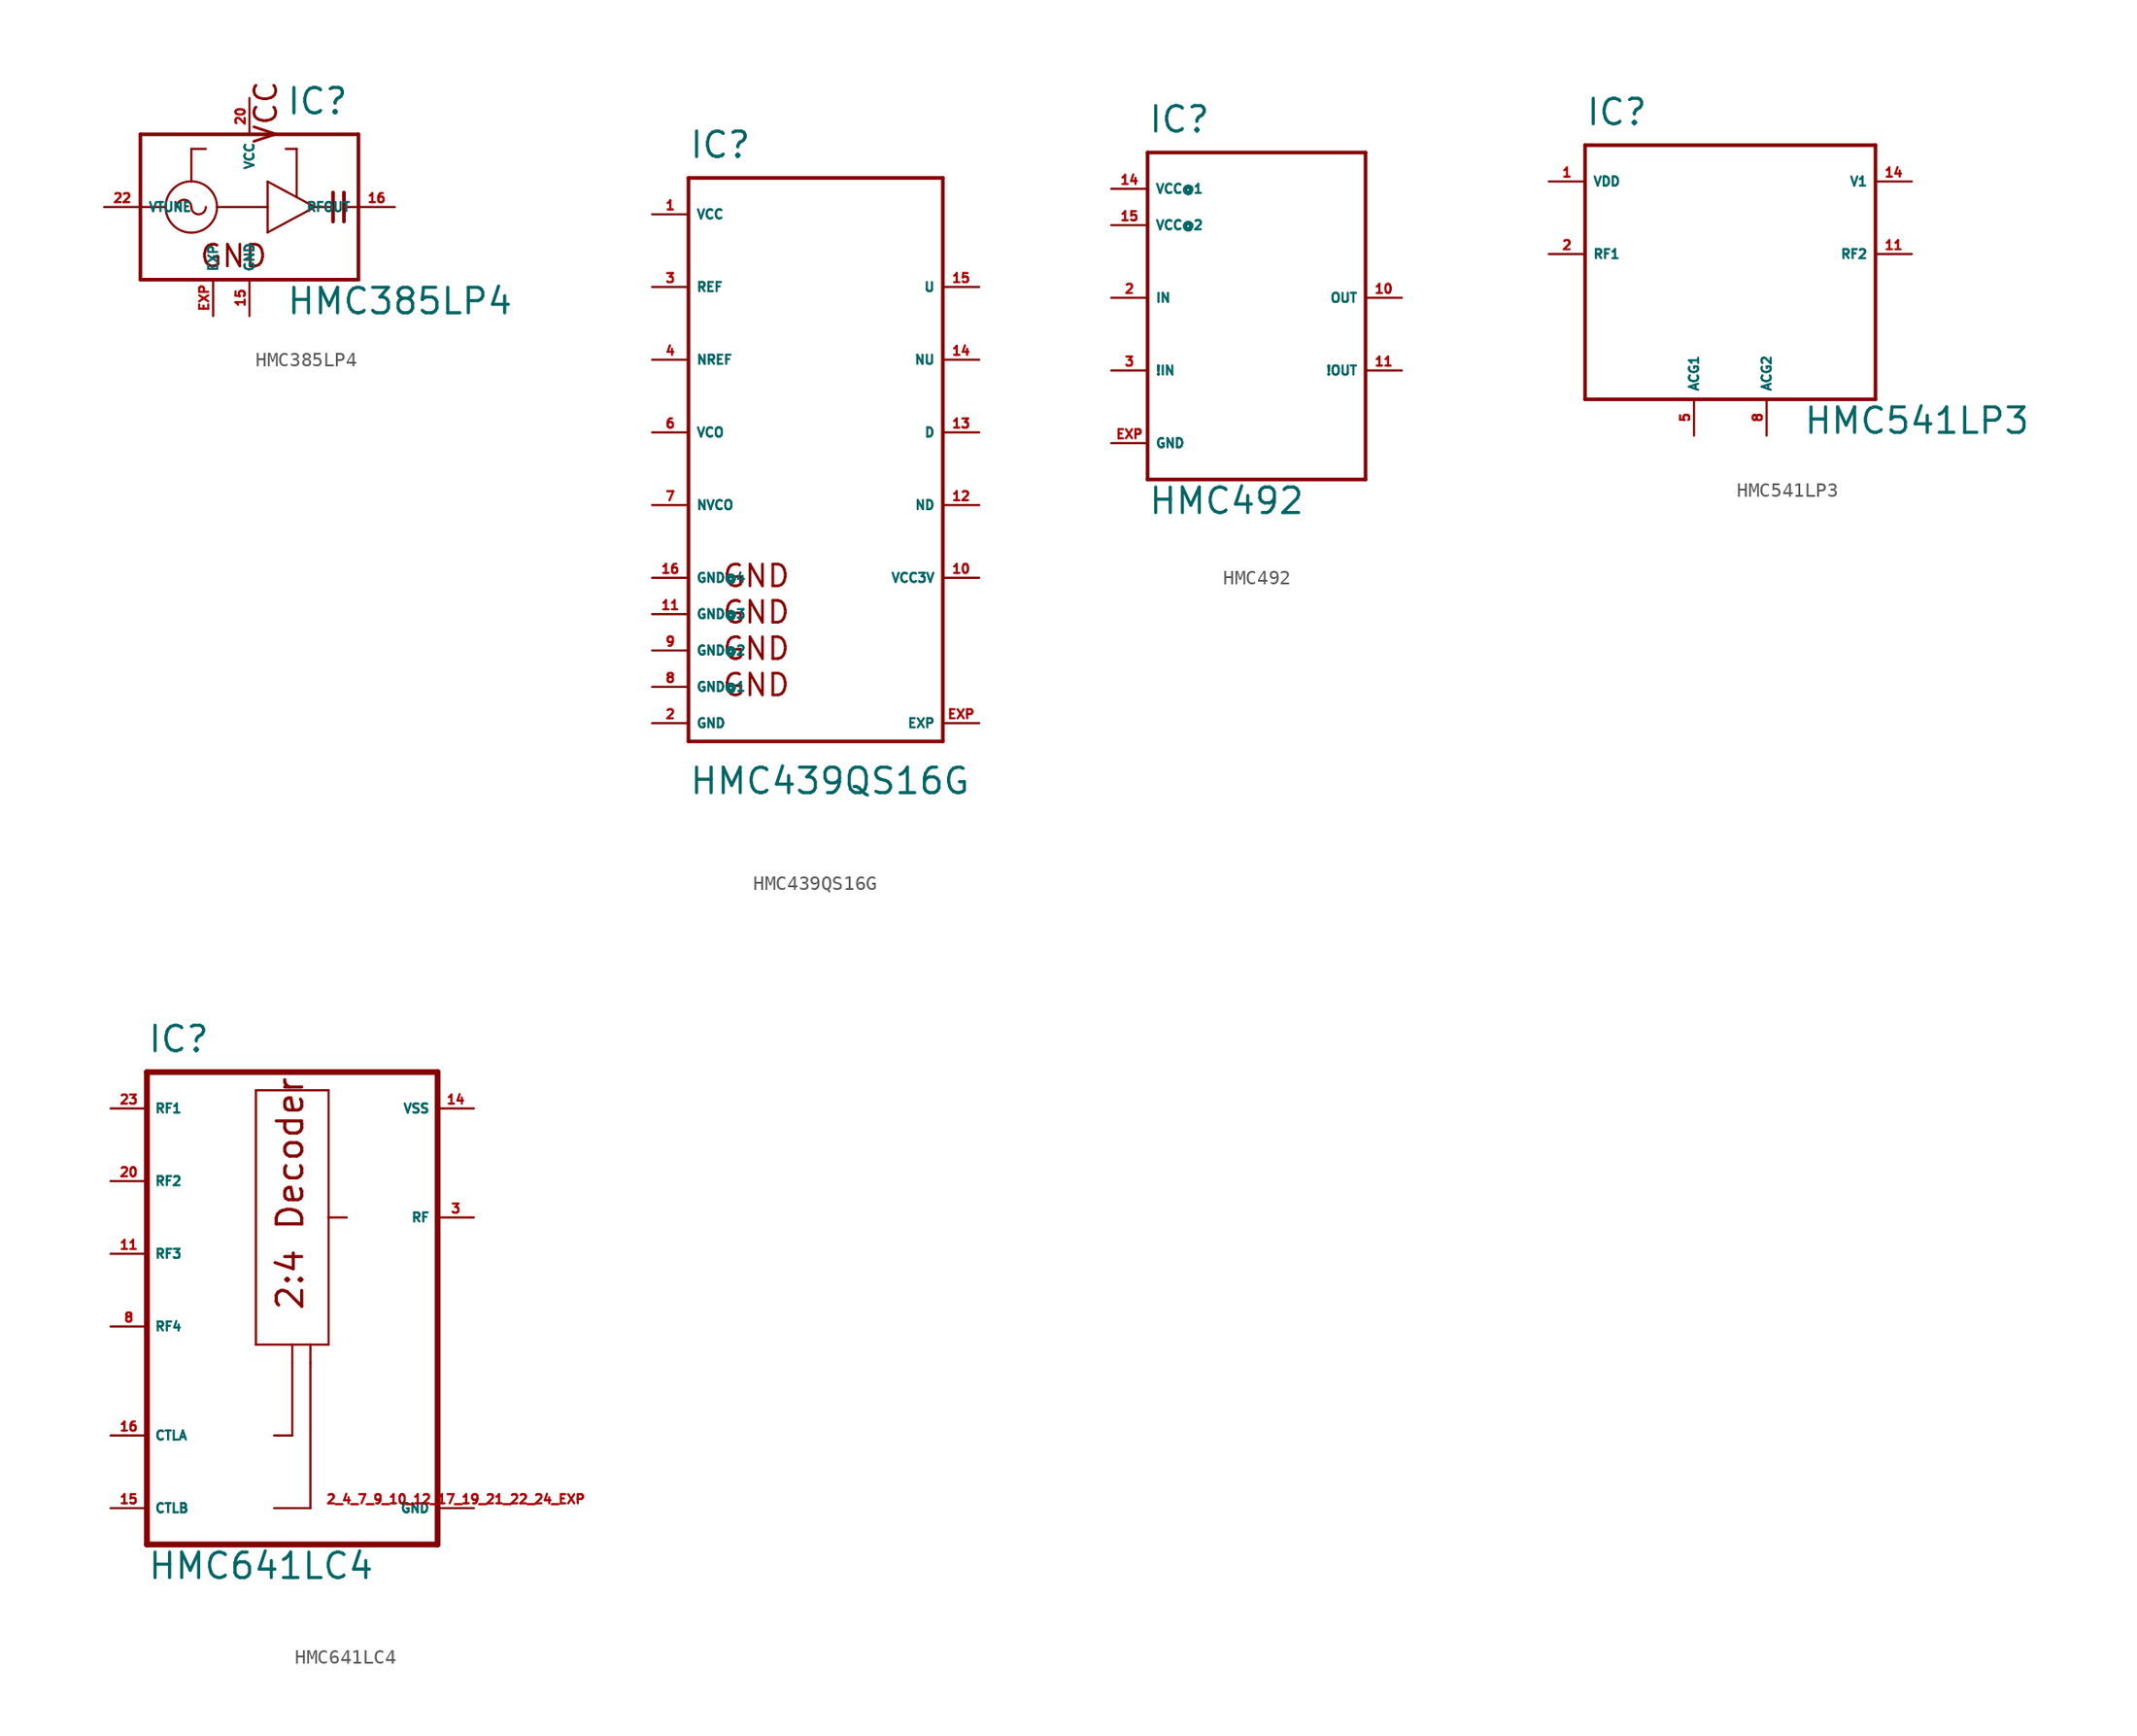
<source format=kicad_sym>
(kicad_symbol_lib
  (version 20220914)
  (generator Eagle2Kicad)
  (symbol "HMC385LP4"
    (property "Reference" "IC"
      (at 5.08 6.35 0)
      (effects (font (size 1.778 1.778) (thickness 0.22)) (justify left bottom)))
    (property "Value" "HMC385LP4"
      (at 5.08 -7.62 0)
      (effects (font (size 1.778 1.778) (thickness 0.22)) (justify left bottom)))
    (polyline
      (pts (xy -5.08 0) (xy -3.302 0))
      (stroke (width 0.152) (type default))
      (fill (type none)))
    (polyline
      (pts (xy 0.254 0) (xy 3.81 0))
      (stroke (width 0.152) (type default))
      (fill (type none)))
    (polyline
      (pts (xy 3.81 0) (xy 3.81 1.778))
      (stroke (width 0.152) (type default))
      (fill (type none)))
    (polyline
      (pts (xy 3.81 1.778) (xy 7.112 0))
      (stroke (width 0.152) (type default))
      (fill (type none)))
    (polyline
      (pts (xy 7.112 0) (xy 3.81 -1.778))
      (stroke (width 0.152) (type default))
      (fill (type none)))
    (polyline
      (pts (xy 3.81 -1.778) (xy 3.81 0))
      (stroke (width 0.152) (type default))
      (fill (type none)))
    (polyline
      (pts (xy 7.112 0) (xy 8.382 0))
      (stroke (width 0.152) (type default))
      (fill (type none)))
    (polyline
      (pts (xy 8.382 1.016) (xy 8.382 -1.016))
      (stroke (width 0.254) (type default))
      (fill (type none)))
    (polyline
      (pts (xy 9.144 1.016) (xy 9.144 0))
      (stroke (width 0.254) (type default))
      (fill (type none)))
    (polyline
      (pts (xy 9.144 0) (xy 9.144 -1.016))
      (stroke (width 0.254) (type default))
      (fill (type none)))
    (polyline
      (pts (xy 9.144 0) (xy 10.16 0))
      (stroke (width 0.152) (type default))
      (fill (type none)))
    (polyline
      (pts (xy -1.524 1.778) (xy -1.524 4.064))
      (stroke (width 0.152) (type default))
      (fill (type none)))
    (polyline
      (pts (xy -1.524 4.064) (xy -0.508 4.064))
      (stroke (width 0.152) (type default))
      (fill (type none)))
    (polyline
      (pts (xy 5.08 4.064) (xy 5.842 4.064))
      (stroke (width 0.152) (type default))
      (fill (type none)))
    (polyline
      (pts (xy 5.842 4.064) (xy 5.842 0.762))
      (stroke (width 0.152) (type default))
      (fill (type none)))
    (polyline
      (pts (xy -5.08 5.08) (xy 10.16 5.08))
      (stroke (width 0.254) (type default))
      (fill (type none)))
    (polyline
      (pts (xy 10.16 5.08) (xy 10.16 -5.08))
      (stroke (width 0.254) (type default))
      (fill (type none)))
    (polyline
      (pts (xy 10.16 -5.08) (xy -5.08 -5.08))
      (stroke (width 0.254) (type default))
      (fill (type none)))
    (polyline
      (pts (xy -5.08 -5.08) (xy -5.08 5.08))
      (stroke (width 0.254) (type default))
      (fill (type none)))
    (arc
      (start -1.524 0)
      (mid -2.032 0.508)
      (end -2.54 0)
      (stroke (width 0.1524) (type default))
      (fill (type none)))
    (arc
      (start -1.524 0)
      (mid -1.016 -0.508)
      (end -0.508 0)
      (stroke (width 0.1524) (type default))
      (fill (type none)))
    (text "GND"
      (at -1.016 -4.318 0)
      (effects (font (size 1.524 1.524) (thickness 0.19)) (justify left bottom)))
    (text "VCC"
      (at 4.572 4.318 1800)
      (effects (font (size 1.524 1.524) (thickness 0.19)) (justify left bottom)))
    (circle
      (center -1.524 0)
      (radius 1.796)
      (stroke (width 0.152) (type default))
      (fill (type none)))
    (pin input line
      (at -7.62 0 0)
      (length 2.54)
      (name "VTUNE" (effects (font (size 0.635 0.635) (thickness 0.08)) (justify left bottom)))
      (number "22" (effects (font (size 0.635 0.635) (thickness 0.08)) (justify left bottom))))
    (pin input line
      (at 12.7 0 180)
      (length 2.54)
      (name "RFOUT" (effects (font (size 0.635 0.635) (thickness 0.08)) (justify left bottom)))
      (number "16" (effects (font (size 0.635 0.635) (thickness 0.08)) (justify left bottom))))
    (pin unspecified line
      (at 2.54 7.62 270)
      (length 2.54)
      (name "VCC" (effects (font (size 0.635 0.635) (thickness 0.08)) (justify left bottom)))
      (number "20" (effects (font (size 0.635 0.635) (thickness 0.08)) (justify left bottom))))
    (pin unspecified line
      (at 2.54 -7.62 90)
      (length 2.54)
      (name "GND" (effects (font (size 0.635 0.635) (thickness 0.08)) (justify left bottom)))
      (number "15" (effects (font (size 0.635 0.635) (thickness 0.08)) (justify left bottom))))
    (pin input line
      (at 0 -7.62 90)
      (length 2.54)
      (name "EXP" (effects (font (size 0.635 0.635) (thickness 0.08)) (justify left bottom)))
      (number "EXP" (effects (font (size 0.635 0.635) (thickness 0.08)) (justify left bottom)))))
  (symbol "HMC439QS16G"
    (property "Reference" "IC"
      (at -7.62 19.05 0)
      (effects (font (size 1.778 1.778) (thickness 0.22)) (justify left bottom)))
    (property "Value" "HMC439QS16G"
      (at -7.62 -25.4 0)
      (effects (font (size 1.778 1.778) (thickness 0.22)) (justify left bottom)))
    (polyline
      (pts (xy -7.62 17.78) (xy -7.62 -21.59))
      (stroke (width 0.254) (type default))
      (fill (type none)))
    (polyline
      (pts (xy -7.62 -21.59) (xy 10.16 -21.59))
      (stroke (width 0.254) (type default))
      (fill (type none)))
    (polyline
      (pts (xy 10.16 -21.59) (xy 10.16 17.78))
      (stroke (width 0.254) (type default))
      (fill (type none)))
    (polyline
      (pts (xy 10.16 17.78) (xy -7.62 17.78))
      (stroke (width 0.254) (type default))
      (fill (type none)))
    (text "GND"
      (at -5.334 -18.542 0)
      (effects (font (size 1.524 1.524) (thickness 0.19)) (justify left bottom)))
    (text "GND"
      (at -5.334 -16.002 0)
      (effects (font (size 1.524 1.524) (thickness 0.19)) (justify left bottom)))
    (text "GND"
      (at -5.334 -13.462 0)
      (effects (font (size 1.524 1.524) (thickness 0.19)) (justify left bottom)))
    (text "GND"
      (at -5.334 -10.922 0)
      (effects (font (size 1.524 1.524) (thickness 0.19)) (justify left bottom)))
    (pin input line
      (at -10.16 10.16 0)
      (length 2.54)
      (name "REF" (effects (font (size 0.635 0.635) (thickness 0.08)) (justify left bottom)))
      (number "3" (effects (font (size 0.635 0.635) (thickness 0.08)) (justify left bottom))))
    (pin input line
      (at -10.16 5.08 0)
      (length 2.54)
      (name "NREF" (effects (font (size 0.635 0.635) (thickness 0.08)) (justify left bottom)))
      (number "4" (effects (font (size 0.635 0.635) (thickness 0.08)) (justify left bottom))))
    (pin input line
      (at -10.16 0 0)
      (length 2.54)
      (name "VCO" (effects (font (size 0.635 0.635) (thickness 0.08)) (justify left bottom)))
      (number "6" (effects (font (size 0.635 0.635) (thickness 0.08)) (justify left bottom))))
    (pin input line
      (at -10.16 -5.08 0)
      (length 2.54)
      (name "NVCO" (effects (font (size 0.635 0.635) (thickness 0.08)) (justify left bottom)))
      (number "7" (effects (font (size 0.635 0.635) (thickness 0.08)) (justify left bottom))))
    (pin open_collector line
      (at 12.7 10.16 180)
      (length 2.54)
      (name "U" (effects (font (size 0.635 0.635) (thickness 0.08)) (justify left bottom)))
      (number "15" (effects (font (size 0.635 0.635) (thickness 0.08)) (justify left bottom))))
    (pin open_collector line
      (at 12.7 5.08 180)
      (length 2.54)
      (name "NU" (effects (font (size 0.635 0.635) (thickness 0.08)) (justify left bottom)))
      (number "14" (effects (font (size 0.635 0.635) (thickness 0.08)) (justify left bottom))))
    (pin open_collector line
      (at 12.7 0 180)
      (length 2.54)
      (name "D" (effects (font (size 0.635 0.635) (thickness 0.08)) (justify left bottom)))
      (number "13" (effects (font (size 0.635 0.635) (thickness 0.08)) (justify left bottom))))
    (pin open_collector line
      (at 12.7 -5.08 180)
      (length 2.54)
      (name "ND" (effects (font (size 0.635 0.635) (thickness 0.08)) (justify left bottom)))
      (number "12" (effects (font (size 0.635 0.635) (thickness 0.08)) (justify left bottom))))
    (pin unspecified line
      (at -10.16 15.24 0)
      (length 2.54)
      (name "VCC" (effects (font (size 0.635 0.635) (thickness 0.08)) (justify left bottom)))
      (number "1" (effects (font (size 0.635 0.635) (thickness 0.08)) (justify left bottom))))
    (pin unspecified line
      (at -10.16 -20.32 0)
      (length 2.54)
      (name "GND" (effects (font (size 0.635 0.635) (thickness 0.08)) (justify left bottom)))
      (number "2" (effects (font (size 0.635 0.635) (thickness 0.08)) (justify left bottom))))
    (pin unspecified line
      (at -10.16 -17.78 0)
      (length 2.54)
      (name "GND@1" (effects (font (size 0.635 0.635) (thickness 0.08)) (justify left bottom)))
      (number "8" (effects (font (size 0.635 0.635) (thickness 0.08)) (justify left bottom))))
    (pin unspecified line
      (at -10.16 -15.24 0)
      (length 2.54)
      (name "GND@2" (effects (font (size 0.635 0.635) (thickness 0.08)) (justify left bottom)))
      (number "9" (effects (font (size 0.635 0.635) (thickness 0.08)) (justify left bottom))))
    (pin unspecified line
      (at -10.16 -12.7 0)
      (length 2.54)
      (name "GND@3" (effects (font (size 0.635 0.635) (thickness 0.08)) (justify left bottom)))
      (number "11" (effects (font (size 0.635 0.635) (thickness 0.08)) (justify left bottom))))
    (pin unspecified line
      (at -10.16 -10.16 0)
      (length 2.54)
      (name "GND@4" (effects (font (size 0.635 0.635) (thickness 0.08)) (justify left bottom)))
      (number "16" (effects (font (size 0.635 0.635) (thickness 0.08)) (justify left bottom))))
    (pin passive line
      (at 12.7 -10.16 180)
      (length 2.54)
      (name "VCC3V" (effects (font (size 0.635 0.635) (thickness 0.08)) (justify left bottom)))
      (number "10" (effects (font (size 0.635 0.635) (thickness 0.08)) (justify left bottom))))
    (pin passive line
      (at 12.7 -20.32 180)
      (length 2.54)
      (name "EXP" (effects (font (size 0.635 0.635) (thickness 0.08)) (justify left bottom)))
      (number "EXP" (effects (font (size 0.635 0.635) (thickness 0.08)) (justify left bottom)))))
  (symbol "HMC492"
    (property "Reference" "IC"
      (at -7.62 13.97 0)
      (effects (font (size 1.778 1.778) (thickness 0.22)) (justify left bottom)))
    (property "Value" "HMC492"
      (at -7.62 -12.7 0)
      (effects (font (size 1.778 1.778) (thickness 0.22)) (justify left bottom)))
    (polyline
      (pts (xy -7.62 12.7) (xy 7.62 12.7))
      (stroke (width 0.254) (type default))
      (fill (type none)))
    (polyline
      (pts (xy 7.62 12.7) (xy 7.62 -10.16))
      (stroke (width 0.254) (type default))
      (fill (type none)))
    (polyline
      (pts (xy 7.62 -10.16) (xy -7.62 -10.16))
      (stroke (width 0.254) (type default))
      (fill (type none)))
    (polyline
      (pts (xy -7.62 -10.16) (xy -7.62 12.7))
      (stroke (width 0.254) (type default))
      (fill (type none)))
    (pin input line
      (at -10.16 2.54 0)
      (length 2.54)
      (name "IN" (effects (font (size 0.635 0.635) (thickness 0.08)) (justify left bottom)))
      (number "2" (effects (font (size 0.635 0.635) (thickness 0.08)) (justify left bottom))))
    (pin input line
      (at -10.16 -2.54 0)
      (length 2.54)
      (name "!IN" (effects (font (size 0.635 0.635) (thickness 0.08)) (justify left bottom)))
      (number "3" (effects (font (size 0.635 0.635) (thickness 0.08)) (justify left bottom))))
    (pin output line
      (at 10.16 2.54 180)
      (length 2.54)
      (name "OUT" (effects (font (size 0.635 0.635) (thickness 0.08)) (justify left bottom)))
      (number "10" (effects (font (size 0.635 0.635) (thickness 0.08)) (justify left bottom))))
    (pin output line
      (at 10.16 -2.54 180)
      (length 2.54)
      (name "!OUT" (effects (font (size 0.635 0.635) (thickness 0.08)) (justify left bottom)))
      (number "11" (effects (font (size 0.635 0.635) (thickness 0.08)) (justify left bottom))))
    (pin unspecified line
      (at -10.16 10.16 0)
      (length 2.54)
      (name "VCC@1" (effects (font (size 0.635 0.635) (thickness 0.08)) (justify left bottom)))
      (number "14" (effects (font (size 0.635 0.635) (thickness 0.08)) (justify left bottom))))
    (pin unspecified line
      (at -10.16 7.62 0)
      (length 2.54)
      (name "VCC@2" (effects (font (size 0.635 0.635) (thickness 0.08)) (justify left bottom)))
      (number "15" (effects (font (size 0.635 0.635) (thickness 0.08)) (justify left bottom))))
    (pin unspecified line
      (at -10.16 -7.62 0)
      (length 2.54)
      (name "GND" (effects (font (size 0.635 0.635) (thickness 0.08)) (justify left bottom)))
      (number "EXP" (effects (font (size 0.635 0.635) (thickness 0.08)) (justify left bottom)))))
  (symbol "HMC541LP3"
    (property "Reference" "IC"
      (at -10.16 8.89 0)
      (effects (font (size 1.778 1.778) (thickness 0.22)) (justify left bottom)))
    (property "Value" "HMC541LP3"
      (at 5.08 -12.7 0)
      (effects (font (size 1.778 1.778) (thickness 0.22)) (justify left bottom)))
    (polyline
      (pts (xy -10.16 7.62) (xy 10.16 7.62))
      (stroke (width 0.254) (type default))
      (fill (type none)))
    (polyline
      (pts (xy 10.16 7.62) (xy 10.16 -10.16))
      (stroke (width 0.254) (type default))
      (fill (type none)))
    (polyline
      (pts (xy 10.16 -10.16) (xy -10.16 -10.16))
      (stroke (width 0.254) (type default))
      (fill (type none)))
    (polyline
      (pts (xy -10.16 -10.16) (xy -10.16 7.62))
      (stroke (width 0.254) (type default))
      (fill (type none)))
    (pin input line
      (at -12.7 5.08 0)
      (length 2.54)
      (name "VDD" (effects (font (size 0.635 0.635) (thickness 0.08)) (justify left bottom)))
      (number "1" (effects (font (size 0.635 0.635) (thickness 0.08)) (justify left bottom))))
    (pin input line
      (at 12.7 5.08 180)
      (length 2.54)
      (name "V1" (effects (font (size 0.635 0.635) (thickness 0.08)) (justify left bottom)))
      (number "14" (effects (font (size 0.635 0.635) (thickness 0.08)) (justify left bottom))))
    (pin input line
      (at -12.7 0 0)
      (length 2.54)
      (name "RF1" (effects (font (size 0.635 0.635) (thickness 0.08)) (justify left bottom)))
      (number "2" (effects (font (size 0.635 0.635) (thickness 0.08)) (justify left bottom))))
    (pin input line
      (at 12.7 0 180)
      (length 2.54)
      (name "RF2" (effects (font (size 0.635 0.635) (thickness 0.08)) (justify left bottom)))
      (number "11" (effects (font (size 0.635 0.635) (thickness 0.08)) (justify left bottom))))
    (pin input line
      (at -2.54 -12.7 90)
      (length 2.54)
      (name "ACG1" (effects (font (size 0.635 0.635) (thickness 0.08)) (justify left bottom)))
      (number "5" (effects (font (size 0.635 0.635) (thickness 0.08)) (justify left bottom))))
    (pin input line
      (at 2.54 -12.7 90)
      (length 2.54)
      (name "ACG2" (effects (font (size 0.635 0.635) (thickness 0.08)) (justify left bottom)))
      (number "8" (effects (font (size 0.635 0.635) (thickness 0.08)) (justify left bottom)))))
  (symbol "HMC641LC4"
    (property "Reference" "IC"
      (at -10.16 16.51 0)
      (effects (font (size 1.778 1.778) (thickness 0.22)) (justify left bottom)))
    (property "Value" "HMC641LC4"
      (at -10.16 -20.32 0)
      (effects (font (size 1.778 1.778) (thickness 0.22)) (justify left bottom)))
    (polyline
      (pts (xy -10.16 15.24) (xy 10.16 15.24))
      (stroke (width 0.406) (type default))
      (fill (type none)))
    (polyline
      (pts (xy 10.16 15.24) (xy 10.16 -17.78))
      (stroke (width 0.406) (type default))
      (fill (type none)))
    (polyline
      (pts (xy 10.16 -17.78) (xy -10.16 -17.78))
      (stroke (width 0.406) (type default))
      (fill (type none)))
    (polyline
      (pts (xy -10.16 -17.78) (xy -10.16 15.24))
      (stroke (width 0.406) (type default))
      (fill (type none)))
    (polyline
      (pts (xy -1.27 -15.24) (xy 1.27 -15.24))
      (stroke (width 0.152) (type default))
      (fill (type none)))
    (polyline
      (pts (xy 1.27 -15.24) (xy 1.27 -5.08))
      (stroke (width 0.152) (type default))
      (fill (type none)))
    (polyline
      (pts (xy -1.27 -10.16) (xy 0 -10.16))
      (stroke (width 0.152) (type default))
      (fill (type none)))
    (polyline
      (pts (xy 0 -10.16) (xy 0 -5.08))
      (stroke (width 0.152) (type default))
      (fill (type none)))
    (polyline
      (pts (xy -2.54 13.97) (xy -2.54 -3.81))
      (stroke (width 0.152) (type default))
      (fill (type none)))
    (polyline
      (pts (xy -2.54 -3.81) (xy 0 -3.81))
      (stroke (width 0.152) (type default))
      (fill (type none)))
    (polyline
      (pts (xy 0 -3.81) (xy 1.27 -3.81))
      (stroke (width 0.152) (type default))
      (fill (type none)))
    (polyline
      (pts (xy 1.27 -3.81) (xy 2.54 -3.81))
      (stroke (width 0.152) (type default))
      (fill (type none)))
    (polyline
      (pts (xy 2.54 -3.81) (xy 2.54 5.08))
      (stroke (width 0.152) (type default))
      (fill (type none)))
    (polyline
      (pts (xy 2.54 5.08) (xy 2.54 13.97))
      (stroke (width 0.152) (type default))
      (fill (type none)))
    (polyline
      (pts (xy 2.54 13.97) (xy -2.54 13.97))
      (stroke (width 0.152) (type default))
      (fill (type none)))
    (polyline
      (pts (xy 2.54 5.08) (xy 3.81 5.08))
      (stroke (width 0.152) (type default))
      (fill (type none)))
    (polyline
      (pts (xy 0 -5.08) (xy 0 -3.81))
      (stroke (width 0.152) (type default))
      (fill (type none)))
    (polyline
      (pts (xy 1.27 -5.08) (xy 1.27 -3.81))
      (stroke (width 0.152) (type default))
      (fill (type none)))
    (text "2:4 Decoder"
      (at 0.889 -1.524 900)
      (effects (font (size 1.778 1.778) (thickness 0.22)) (justify left bottom)))
    (pin input line
      (at -12.7 12.7 0)
      (length 2.54)
      (name "RF1" (effects (font (size 0.635 0.635) (thickness 0.08)) (justify left bottom)))
      (number "23" (effects (font (size 0.635 0.635) (thickness 0.08)) (justify left bottom))))
    (pin input line
      (at -12.7 7.62 0)
      (length 2.54)
      (name "RF2" (effects (font (size 0.635 0.635) (thickness 0.08)) (justify left bottom)))
      (number "20" (effects (font (size 0.635 0.635) (thickness 0.08)) (justify left bottom))))
    (pin input line
      (at -12.7 2.54 0)
      (length 2.54)
      (name "RF3" (effects (font (size 0.635 0.635) (thickness 0.08)) (justify left bottom)))
      (number "11" (effects (font (size 0.635 0.635) (thickness 0.08)) (justify left bottom))))
    (pin input line
      (at -12.7 -2.54 0)
      (length 2.54)
      (name "RF4" (effects (font (size 0.635 0.635) (thickness 0.08)) (justify left bottom)))
      (number "8" (effects (font (size 0.635 0.635) (thickness 0.08)) (justify left bottom))))
    (pin input line
      (at 12.7 5.08 180)
      (length 2.54)
      (name "RF" (effects (font (size 0.635 0.635) (thickness 0.08)) (justify left bottom)))
      (number "3" (effects (font (size 0.635 0.635) (thickness 0.08)) (justify left bottom))))
    (pin input line
      (at -12.7 -10.16 0)
      (length 2.54)
      (name "CTLA" (effects (font (size 0.635 0.635) (thickness 0.08)) (justify left bottom)))
      (number "16" (effects (font (size 0.635 0.635) (thickness 0.08)) (justify left bottom))))
    (pin input line
      (at -12.7 -15.24 0)
      (length 2.54)
      (name "CTLB" (effects (font (size 0.635 0.635) (thickness 0.08)) (justify left bottom)))
      (number "15" (effects (font (size 0.635 0.635) (thickness 0.08)) (justify left bottom))))
    (pin input line
      (at 12.7 -15.24 180)
      (length 2.54)
      (name "GND" (effects (font (size 0.635 0.635) (thickness 0.08)) (justify left bottom)))
      (number "2 4 7 9 10 12 17 19 21 22 24 EXP" (effects (font (size 0.635 0.635) (thickness 0.08)) (justify left bottom))))
    (pin input line
      (at 12.7 12.7 180)
      (length 2.54)
      (name "VSS" (effects (font (size 0.635 0.635) (thickness 0.08)) (justify left bottom)))
      (number "14" (effects (font (size 0.635 0.635) (thickness 0.08)) (justify left bottom))))))
</source>
